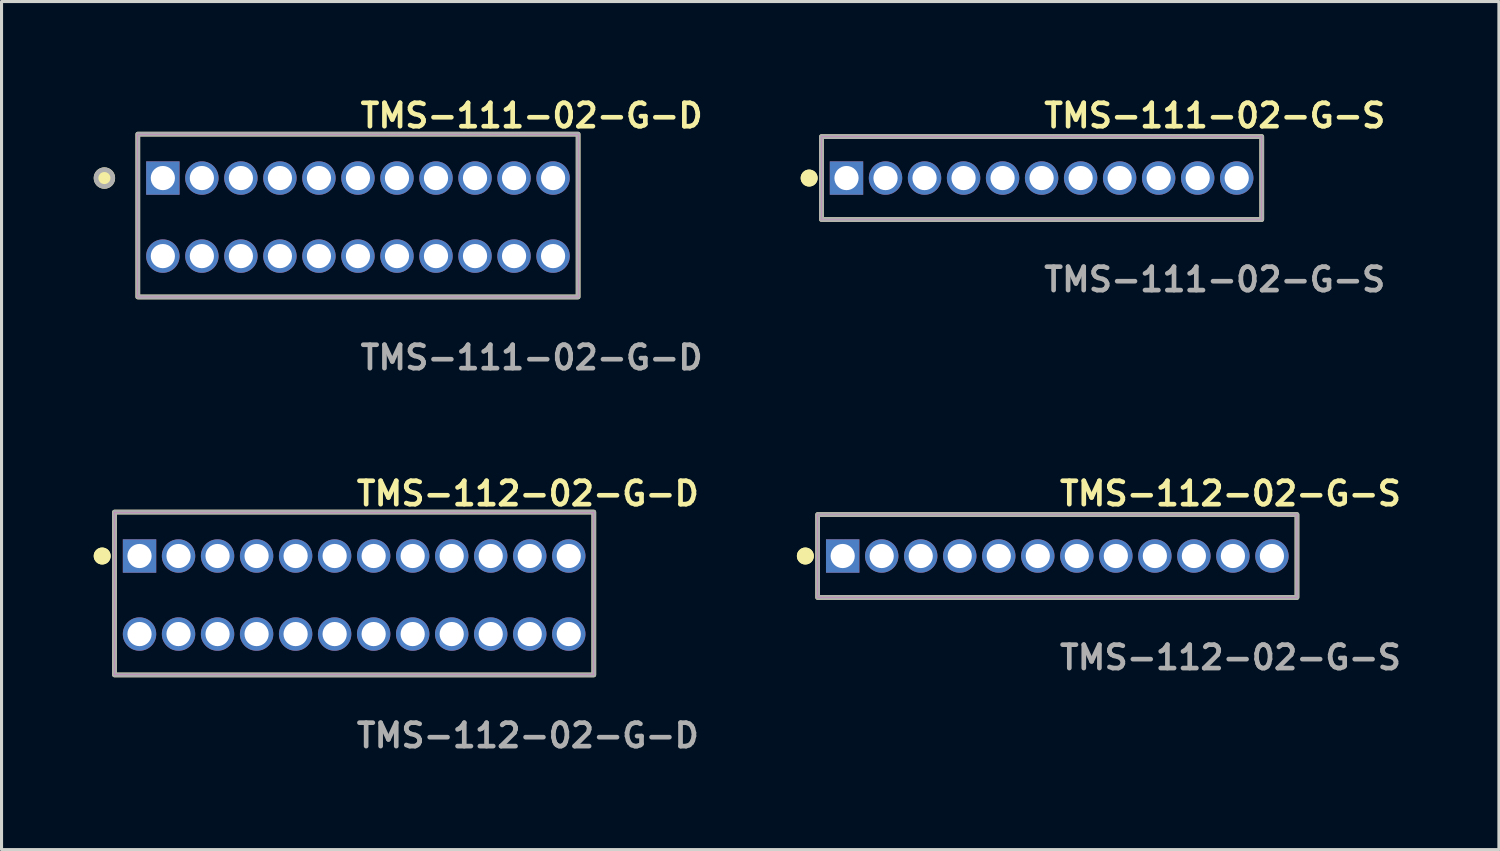
<source format=kicad_pcb>
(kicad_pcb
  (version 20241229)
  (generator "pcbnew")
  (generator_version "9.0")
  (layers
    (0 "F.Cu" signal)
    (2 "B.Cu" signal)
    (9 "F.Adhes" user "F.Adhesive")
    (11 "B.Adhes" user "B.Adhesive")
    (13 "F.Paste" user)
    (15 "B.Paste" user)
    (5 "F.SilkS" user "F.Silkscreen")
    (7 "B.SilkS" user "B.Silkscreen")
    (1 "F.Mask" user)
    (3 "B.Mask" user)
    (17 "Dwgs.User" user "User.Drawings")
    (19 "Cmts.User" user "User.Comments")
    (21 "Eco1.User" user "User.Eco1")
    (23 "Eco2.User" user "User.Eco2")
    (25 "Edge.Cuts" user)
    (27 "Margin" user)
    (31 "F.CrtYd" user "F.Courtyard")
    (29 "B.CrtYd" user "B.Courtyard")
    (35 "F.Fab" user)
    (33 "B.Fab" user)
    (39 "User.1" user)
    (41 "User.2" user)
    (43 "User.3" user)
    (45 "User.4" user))
  (footprint "TMS-112-02-G-D"
    (layer "F.Cu")
    (at 8.476 16.316)
    (property "Reference" "TMS-112-02-G-D" (at 0 -3.302 0) (unlocked yes) (layer "F.SilkS") (effects (font (size 0.762 0.762) (thickness 0.152)) (justify left)))
    (fp_rect (start -7.8 2.6) (end 7.8 -2.7) (stroke (width 0.152) (type solid)) (fill no) (layer "F.SilkS"))
    (fp_circle (center -8.2 -1.27) (end -8.4 -1.27) (stroke (width 0.152) (type solid)) (fill yes) (layer "F.SilkS"))
    (fp_circle (center -8.2 -1.27) (end -8.4 -1.27) (stroke (width 0.152) (type solid)) (fill yes) (layer "F.SilkS"))
    (fp_rect (start -7.8 2.6) (end 7.8 -2.7) (stroke (width 0.006) (type solid)) (fill no) (layer "F.CrtYd"))
    (fp_rect (start -7.8 2.6) (end 7.8 -2.7) (stroke (width 0.152) (type solid)) (fill no) (layer "F.Fab"))
    (fp_text user "${REFERENCE}" (at 0 4.572 0) (unlocked yes) (layer "F.Fab") (effects (font (size 0.762 0.762) (thickness 0.152)) (justify left)))
    (pad "1" thru_hole rect (at -6.985 -1.27) (size 1.087 1.087) (drill 0.787) (layers "*.Cu" "*.Mask"))
    (pad "2" thru_hole circle (at -6.985 1.27) (size 1.087 1.087) (drill 0.787) (layers "*.Cu" "*.Mask"))
    (pad "3" thru_hole circle (at -5.715 -1.27) (size 1.087 1.087) (drill 0.787) (layers "*.Cu" "*.Mask"))
    (pad "4" thru_hole circle (at -5.715 1.27) (size 1.087 1.087) (drill 0.787) (layers "*.Cu" "*.Mask"))
    (pad "5" thru_hole circle (at -4.445 -1.27) (size 1.087 1.087) (drill 0.787) (layers "*.Cu" "*.Mask"))
    (pad "6" thru_hole circle (at -4.445 1.27) (size 1.087 1.087) (drill 0.787) (layers "*.Cu" "*.Mask"))
    (pad "7" thru_hole circle (at -3.175 -1.27) (size 1.087 1.087) (drill 0.787) (layers "*.Cu" "*.Mask"))
    (pad "8" thru_hole circle (at -3.175 1.27) (size 1.087 1.087) (drill 0.787) (layers "*.Cu" "*.Mask"))
    (pad "9" thru_hole circle (at -1.905 -1.27) (size 1.087 1.087) (drill 0.787) (layers "*.Cu" "*.Mask"))
    (pad "10" thru_hole circle (at -1.905 1.27) (size 1.087 1.087) (drill 0.787) (layers "*.Cu" "*.Mask"))
    (pad "11" thru_hole circle (at -0.635 -1.27) (size 1.087 1.087) (drill 0.787) (layers "*.Cu" "*.Mask"))
    (pad "12" thru_hole circle (at -0.635 1.27) (size 1.087 1.087) (drill 0.787) (layers "*.Cu" "*.Mask"))
    (pad "13" thru_hole circle (at 0.635 -1.27) (size 1.087 1.087) (drill 0.787) (layers "*.Cu" "*.Mask"))
    (pad "14" thru_hole circle (at 0.635 1.27) (size 1.087 1.087) (drill 0.787) (layers "*.Cu" "*.Mask"))
    (pad "15" thru_hole circle (at 1.905 -1.27) (size 1.087 1.087) (drill 0.787) (layers "*.Cu" "*.Mask"))
    (pad "16" thru_hole circle (at 1.905 1.27) (size 1.087 1.087) (drill 0.787) (layers "*.Cu" "*.Mask"))
    (pad "17" thru_hole circle (at 3.175 -1.27) (size 1.087 1.087) (drill 0.787) (layers "*.Cu" "*.Mask"))
    (pad "18" thru_hole circle (at 3.175 1.27) (size 1.087 1.087) (drill 0.787) (layers "*.Cu" "*.Mask"))
    (pad "19" thru_hole circle (at 4.445 -1.27) (size 1.087 1.087) (drill 0.787) (layers "*.Cu" "*.Mask"))
    (pad "20" thru_hole circle (at 4.445 1.27) (size 1.087 1.087) (drill 0.787) (layers "*.Cu" "*.Mask"))
    (pad "21" thru_hole circle (at 5.715 -1.27) (size 1.087 1.087) (drill 0.787) (layers "*.Cu" "*.Mask"))
    (pad "22" thru_hole circle (at 5.715 1.27) (size 1.087 1.087) (drill 0.787) (layers "*.Cu" "*.Mask"))
    (pad "23" thru_hole circle (at 6.985 -1.27) (size 1.087 1.087) (drill 0.787) (layers "*.Cu" "*.Mask"))
    (pad "24" thru_hole circle (at 6.985 1.27) (size 1.087 1.087) (drill 0.787) (layers "*.Cu" "*.Mask")))
  (footprint "TMS-111-02-G-D"
    (layer "F.Cu")
    (at 8.6 4.015)
    (property "Reference" "TMS-111-02-G-D" (at 0 -3.302 0) (unlocked yes) (layer "F.SilkS") (effects (font (size 0.762 0.762) (thickness 0.152)) (justify left)))
    (fp_rect (start -7.165 2.6) (end 7.165 -2.7) (stroke (width 0.152) (type solid)) (fill no) (layer "F.SilkS"))
    (fp_circle (center -8.252 -1.27) (end -8.524 -1.27) (stroke (width 0.152) (type solid)) (fill yes) (layer "F.SilkS"))
    (fp_rect (start -7.165 2.6) (end 7.165 -2.7) (stroke (width 0.006) (type solid)) (fill no) (layer "F.CrtYd"))
    (fp_rect (start -7.165 2.6) (end 7.165 -2.7) (stroke (width 0.152) (type solid)) (fill no) (layer "F.Fab"))
    (fp_circle (center -8.252 -1.27) (end -8.524 -1.27) (stroke (width 0.152) (type solid)) (fill no) (layer "F.Fab"))
    (fp_text user "${REFERENCE}" (at 0 4.572 0) (unlocked yes) (layer "F.Fab") (effects (font (size 0.762 0.762) (thickness 0.152)) (justify left)))
    (pad "1" thru_hole rect (at -6.35 -1.27) (size 1.087 1.087) (drill 0.787) (layers "*.Cu" "*.Mask"))
    (pad "2" thru_hole circle (at -6.35 1.27) (size 1.087 1.087) (drill 0.787) (layers "*.Cu" "*.Mask"))
    (pad "3" thru_hole circle (at -5.08 -1.27) (size 1.087 1.087) (drill 0.787) (layers "*.Cu" "*.Mask"))
    (pad "4" thru_hole circle (at -5.08 1.27) (size 1.087 1.087) (drill 0.787) (layers "*.Cu" "*.Mask"))
    (pad "5" thru_hole circle (at -3.81 -1.27) (size 1.087 1.087) (drill 0.787) (layers "*.Cu" "*.Mask"))
    (pad "6" thru_hole circle (at -3.81 1.27) (size 1.087 1.087) (drill 0.787) (layers "*.Cu" "*.Mask"))
    (pad "7" thru_hole circle (at -2.54 -1.27) (size 1.087 1.087) (drill 0.787) (layers "*.Cu" "*.Mask"))
    (pad "8" thru_hole circle (at -2.54 1.27) (size 1.087 1.087) (drill 0.787) (layers "*.Cu" "*.Mask"))
    (pad "9" thru_hole circle (at -1.27 -1.27) (size 1.087 1.087) (drill 0.787) (layers "*.Cu" "*.Mask"))
    (pad "10" thru_hole circle (at -1.27 1.27) (size 1.087 1.087) (drill 0.787) (layers "*.Cu" "*.Mask"))
    (pad "11" thru_hole circle (at 0 -1.27) (size 1.087 1.087) (drill 0.787) (layers "*.Cu" "*.Mask"))
    (pad "12" thru_hole circle (at 0 1.27) (size 1.087 1.087) (drill 0.787) (layers "*.Cu" "*.Mask"))
    (pad "13" thru_hole circle (at 1.27 -1.27) (size 1.087 1.087) (drill 0.787) (layers "*.Cu" "*.Mask"))
    (pad "14" thru_hole circle (at 1.27 1.27) (size 1.087 1.087) (drill 0.787) (layers "*.Cu" "*.Mask"))
    (pad "15" thru_hole circle (at 2.54 -1.27) (size 1.087 1.087) (drill 0.787) (layers "*.Cu" "*.Mask"))
    (pad "16" thru_hole circle (at 2.54 1.27) (size 1.087 1.087) (drill 0.787) (layers "*.Cu" "*.Mask"))
    (pad "17" thru_hole circle (at 3.81 -1.27) (size 1.087 1.087) (drill 0.787) (layers "*.Cu" "*.Mask"))
    (pad "18" thru_hole circle (at 3.81 1.27) (size 1.087 1.087) (drill 0.787) (layers "*.Cu" "*.Mask"))
    (pad "19" thru_hole circle (at 5.08 -1.27) (size 1.087 1.087) (drill 0.787) (layers "*.Cu" "*.Mask"))
    (pad "20" thru_hole circle (at 5.08 1.27) (size 1.087 1.087) (drill 0.787) (layers "*.Cu" "*.Mask"))
    (pad "21" thru_hole circle (at 6.35 -1.27) (size 1.087 1.087) (drill 0.787) (layers "*.Cu" "*.Mask"))
    (pad "22" thru_hole circle (at 6.35 1.27) (size 1.087 1.087) (drill 0.787) (layers "*.Cu" "*.Mask")))
  (footprint "TMS-111-02-G-S"
    (layer "F.Cu")
    (at 30.85 2.745)
    (property "Reference" "TMS-111-02-G-S" (at 0 -2.032 0) (unlocked yes) (layer "F.SilkS") (effects (font (size 0.762 0.762) (thickness 0.152)) (justify left)))
    (fp_rect (start -7.165 1.35) (end 7.165 -1.35) (stroke (width 0.152) (type solid)) (fill no) (layer "F.SilkS"))
    (fp_circle (center -7.565 0) (end -7.765 0) (stroke (width 0.152) (type solid)) (fill yes) (layer "F.SilkS"))
    (fp_circle (center -7.565 0) (end -7.765 0) (stroke (width 0.152) (type solid)) (fill yes) (layer "F.SilkS"))
    (fp_rect (start -7.165 1.35) (end 7.165 -1.35) (stroke (width 0.006) (type solid)) (fill no) (layer "F.CrtYd"))
    (fp_rect (start -7.165 1.35) (end 7.165 -1.35) (stroke (width 0.152) (type solid)) (fill no) (layer "F.Fab"))
    (fp_text user "${REFERENCE}" (at 0 3.302 0) (unlocked yes) (layer "F.Fab") (effects (font (size 0.762 0.762) (thickness 0.152)) (justify left)))
    (pad "1" thru_hole rect (at -6.35 0) (size 1.087 1.087) (drill 0.787) (layers "*.Cu" "*.Mask"))
    (pad "2" thru_hole circle (at -5.08 0) (size 1.087 1.087) (drill 0.787) (layers "*.Cu" "*.Mask"))
    (pad "3" thru_hole circle (at -3.81 0) (size 1.087 1.087) (drill 0.787) (layers "*.Cu" "*.Mask"))
    (pad "4" thru_hole circle (at -2.54 0) (size 1.087 1.087) (drill 0.787) (layers "*.Cu" "*.Mask"))
    (pad "5" thru_hole circle (at -1.27 0) (size 1.087 1.087) (drill 0.787) (layers "*.Cu" "*.Mask"))
    (pad "6" thru_hole circle (at 0 0) (size 1.087 1.087) (drill 0.787) (layers "*.Cu" "*.Mask"))
    (pad "7" thru_hole circle (at 1.27 0) (size 1.087 1.087) (drill 0.787) (layers "*.Cu" "*.Mask"))
    (pad "8" thru_hole circle (at 2.54 0) (size 1.087 1.087) (drill 0.787) (layers "*.Cu" "*.Mask"))
    (pad "9" thru_hole circle (at 3.81 0) (size 1.087 1.087) (drill 0.787) (layers "*.Cu" "*.Mask"))
    (pad "10" thru_hole circle (at 5.08 0) (size 1.087 1.087) (drill 0.787) (layers "*.Cu" "*.Mask"))
    (pad "11" thru_hole circle (at 6.35 0) (size 1.087 1.087) (drill 0.787) (layers "*.Cu" "*.Mask")))
  (footprint "TMS-112-02-G-S"
    (layer "F.Cu")
    (at 31.361 15.046)
    (property "Reference" "TMS-112-02-G-S" (at 0 -2.032 0) (unlocked yes) (layer "F.SilkS") (effects (font (size 0.762 0.762) (thickness 0.152)) (justify left)))
    (fp_rect (start -7.8 1.35) (end 7.8 -1.35) (stroke (width 0.152) (type solid)) (fill no) (layer "F.SilkS"))
    (fp_circle (center -8.2 0) (end -8.4 0) (stroke (width 0.152) (type solid)) (fill yes) (layer "F.SilkS"))
    (fp_circle (center -8.2 0) (end -8.4 0) (stroke (width 0.152) (type solid)) (fill yes) (layer "F.SilkS"))
    (fp_rect (start -7.8 1.35) (end 7.8 -1.35) (stroke (width 0.006) (type solid)) (fill no) (layer "F.CrtYd"))
    (fp_rect (start -7.8 1.35) (end 7.8 -1.35) (stroke (width 0.152) (type solid)) (fill no) (layer "F.Fab"))
    (fp_text user "${REFERENCE}" (at 0 3.302 0) (unlocked yes) (layer "F.Fab") (effects (font (size 0.762 0.762) (thickness 0.152)) (justify left)))
    (pad "1" thru_hole rect (at -6.985 0) (size 1.087 1.087) (drill 0.787) (layers "*.Cu" "*.Mask"))
    (pad "2" thru_hole circle (at -5.715 0) (size 1.087 1.087) (drill 0.787) (layers "*.Cu" "*.Mask"))
    (pad "3" thru_hole circle (at -4.445 0) (size 1.087 1.087) (drill 0.787) (layers "*.Cu" "*.Mask"))
    (pad "4" thru_hole circle (at -3.175 0) (size 1.087 1.087) (drill 0.787) (layers "*.Cu" "*.Mask"))
    (pad "5" thru_hole circle (at -1.905 0) (size 1.087 1.087) (drill 0.787) (layers "*.Cu" "*.Mask"))
    (pad "6" thru_hole circle (at -0.635 0) (size 1.087 1.087) (drill 0.787) (layers "*.Cu" "*.Mask"))
    (pad "7" thru_hole circle (at 0.635 0) (size 1.087 1.087) (drill 0.787) (layers "*.Cu" "*.Mask"))
    (pad "8" thru_hole circle (at 1.905 0) (size 1.087 1.087) (drill 0.787) (layers "*.Cu" "*.Mask"))
    (pad "9" thru_hole circle (at 3.175 0) (size 1.087 1.087) (drill 0.787) (layers "*.Cu" "*.Mask"))
    (pad "10" thru_hole circle (at 4.445 0) (size 1.087 1.087) (drill 0.787) (layers "*.Cu" "*.Mask"))
    (pad "11" thru_hole circle (at 5.715 0) (size 1.087 1.087) (drill 0.787) (layers "*.Cu" "*.Mask"))
    (pad "12" thru_hole circle (at 6.985 0) (size 1.087 1.087) (drill 0.787) (layers "*.Cu" "*.Mask")))
  (gr_rect
    (start -3 -3)
    (end 45.733 24.601)
    (stroke (width 0.1) (type default))
    (fill no)
    (layer "Edge.Cuts")))
</source>
